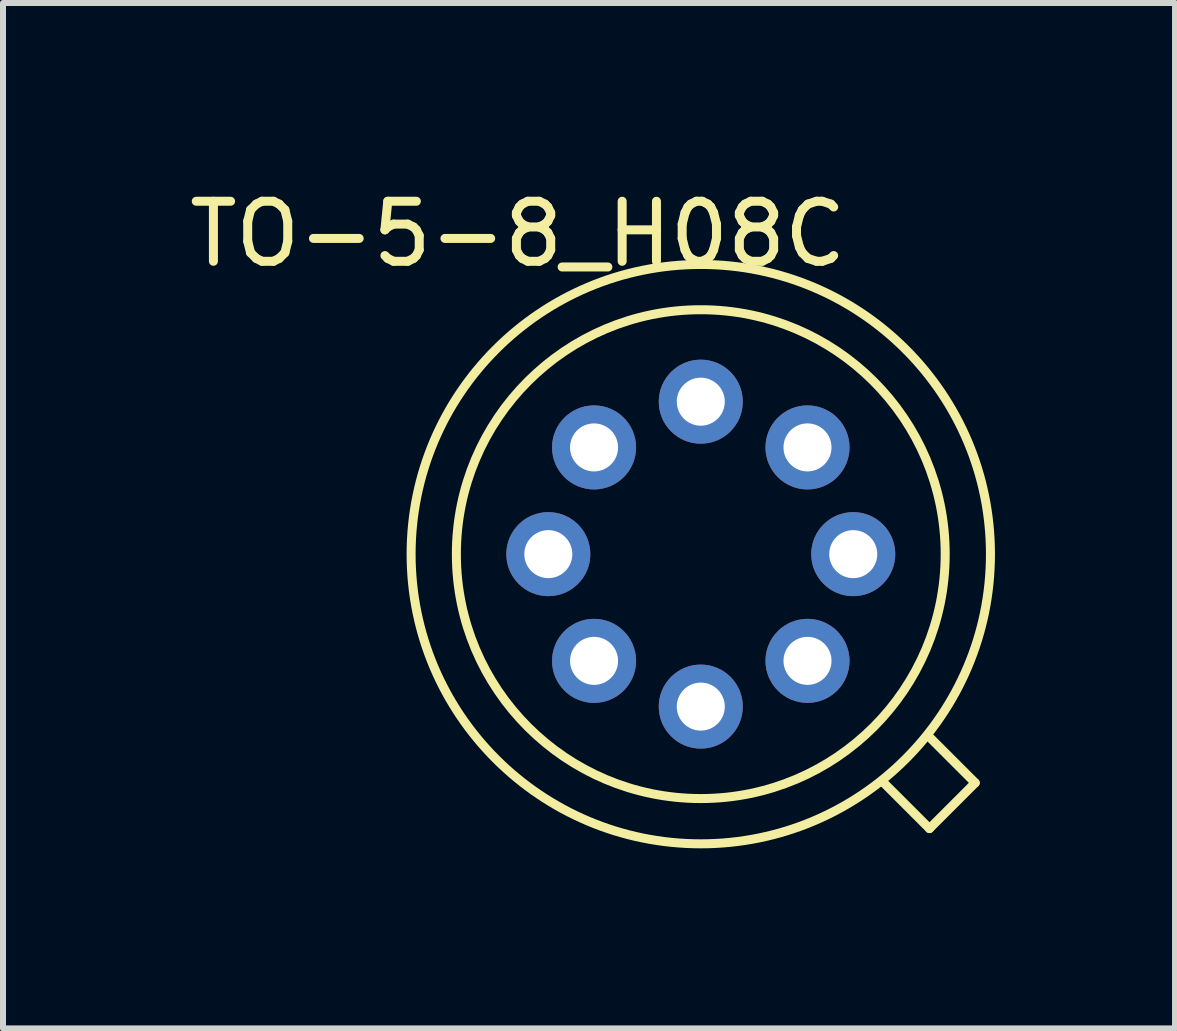
<source format=kicad_pcb>
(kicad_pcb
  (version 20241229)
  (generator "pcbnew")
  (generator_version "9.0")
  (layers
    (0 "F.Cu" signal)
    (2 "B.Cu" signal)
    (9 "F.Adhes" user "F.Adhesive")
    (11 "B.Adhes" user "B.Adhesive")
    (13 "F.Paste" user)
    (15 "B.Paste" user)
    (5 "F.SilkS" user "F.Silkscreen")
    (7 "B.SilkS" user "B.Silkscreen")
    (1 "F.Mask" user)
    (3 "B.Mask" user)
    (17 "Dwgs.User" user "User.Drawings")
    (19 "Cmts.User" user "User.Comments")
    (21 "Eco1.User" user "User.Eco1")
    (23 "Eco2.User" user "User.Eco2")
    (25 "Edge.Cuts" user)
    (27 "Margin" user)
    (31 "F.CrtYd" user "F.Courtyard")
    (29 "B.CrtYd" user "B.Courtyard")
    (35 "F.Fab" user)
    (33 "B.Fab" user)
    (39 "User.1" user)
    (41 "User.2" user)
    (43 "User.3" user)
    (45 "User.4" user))
  (footprint "TO-5-8_H08C"
    (layer "F.Cu")
    (at 8.625 6.182)
    (property "Reference" "TO-5-8_H08C" (at -3.048 -5.334 0) (layer "F.SilkS") (effects (font (size 1 1) (thickness 0.15))))
    (attr through_hole)
    (fp_line (start 3.81 3.048) (end 4.572 3.81) (stroke (width 0.15) (type solid)) (layer "F.SilkS"))
    (fp_line (start 3.81 4.572) (end 3.048 3.81) (stroke (width 0.15) (type solid)) (layer "F.SilkS"))
    (fp_line (start 4.572 3.81) (end 3.81 4.572) (stroke (width 0.15) (type solid)) (layer "F.SilkS"))
    (fp_circle (center 0 0) (end 4.064 -0.254) (stroke (width 0.15) (type solid)) (fill no) (layer "F.SilkS"))
    (fp_circle (center 0 0) (end 4.826 0) (stroke (width 0.15) (type solid)) (fill no) (layer "F.SilkS"))
    (pad "1" thru_hole circle (at 2.54 0) (size 1.4 1.4) (drill 0.8) (layers "*.Cu" "*.Mask"))
    (pad "2" thru_hole circle (at 1.778 -1.778) (size 1.4 1.4) (drill 0.8) (layers "*.Cu" "*.Mask"))
    (pad "3" thru_hole circle (at 0 -2.54) (size 1.4 1.4) (drill 0.8) (layers "*.Cu" "*.Mask"))
    (pad "4" thru_hole circle (at -1.778 -1.778) (size 1.4 1.4) (drill 0.8) (layers "*.Cu" "*.Mask"))
    (pad "5" thru_hole circle (at -2.54 0) (size 1.4 1.4) (drill 0.8) (layers "*.Cu" "*.Mask"))
    (pad "6" thru_hole circle (at -1.778 1.778) (size 1.4 1.4) (drill 0.8) (layers "*.Cu" "*.Mask"))
    (pad "7" thru_hole circle (at 0 2.54) (size 1.4 1.4) (drill 0.8) (layers "*.Cu" "*.Mask"))
    (pad "8" thru_hole circle (at 1.778 1.778) (size 1.4 1.4) (drill 0.8) (layers "*.Cu" "*.Mask")))
  (gr_rect
    (start -3 -3)
    (end 16.526 14.083)
    (stroke (width 0.1) (type default))
    (fill no)
    (layer "Edge.Cuts")))
</source>
